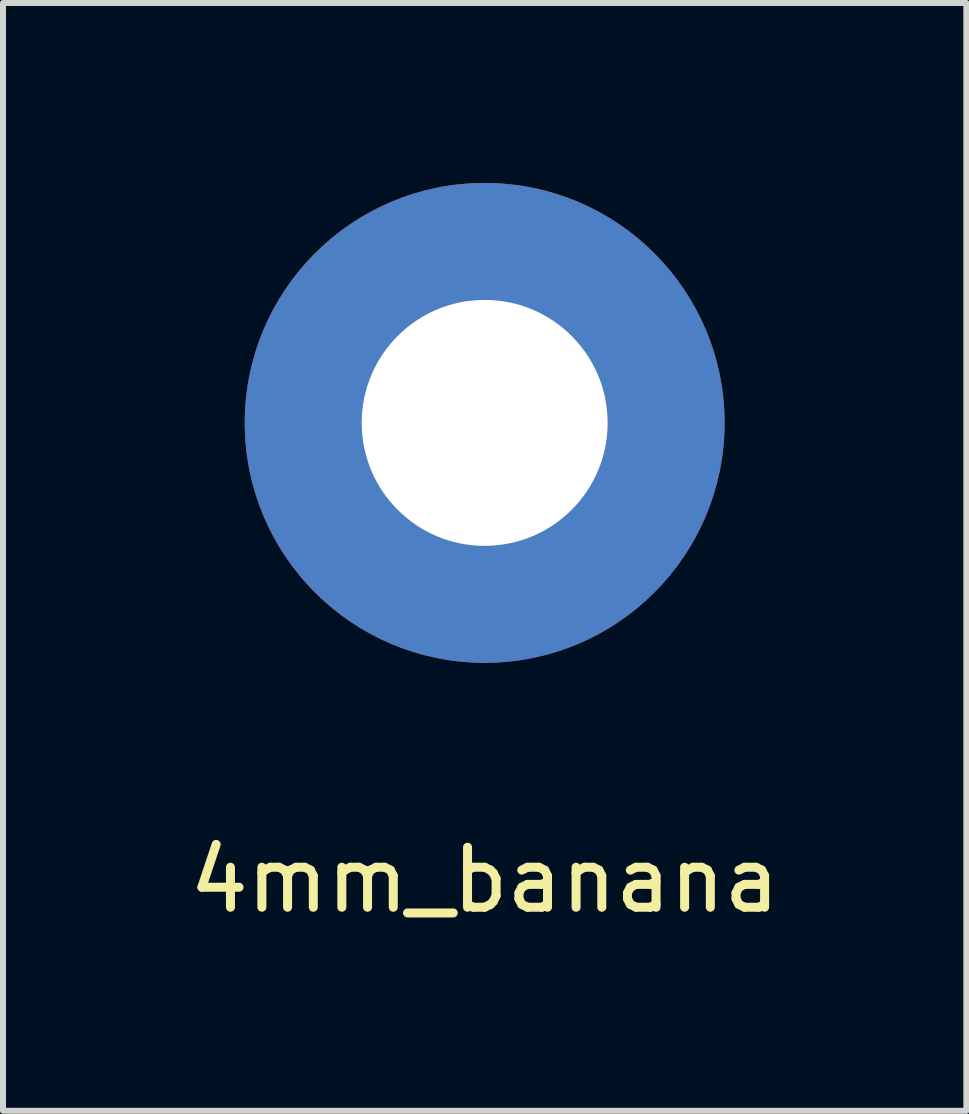
<source format=kicad_pcb>
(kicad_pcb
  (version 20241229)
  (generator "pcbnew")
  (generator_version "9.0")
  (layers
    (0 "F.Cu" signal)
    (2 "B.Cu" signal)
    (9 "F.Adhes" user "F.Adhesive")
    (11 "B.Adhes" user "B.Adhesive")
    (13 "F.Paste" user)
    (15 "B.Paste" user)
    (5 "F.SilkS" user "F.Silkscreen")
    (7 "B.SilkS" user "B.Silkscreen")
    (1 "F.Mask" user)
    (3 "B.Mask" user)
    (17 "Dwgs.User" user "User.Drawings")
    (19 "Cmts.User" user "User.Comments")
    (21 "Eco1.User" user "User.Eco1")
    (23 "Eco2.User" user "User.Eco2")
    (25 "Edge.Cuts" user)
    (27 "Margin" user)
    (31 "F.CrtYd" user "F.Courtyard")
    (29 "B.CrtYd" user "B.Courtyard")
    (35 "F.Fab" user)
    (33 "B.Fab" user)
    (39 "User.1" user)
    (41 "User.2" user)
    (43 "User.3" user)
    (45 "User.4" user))
  (footprint "4mm_banana"
    (layer "F.Cu")
    (at 5.03 4)
    (property "Reference" "4mm_banana" (at 0 7.62 0) (layer "F.SilkS") (effects (font (size 1 1) (thickness 0.15))))
    (attr through_hole)
    (pad "1" thru_hole circle (at 0 0) (size 8 8) (drill 4.1) (layers "*.Cu" "*.Mask")))
  (gr_rect
    (start -3 -3)
    (end 13.06 15.468)
    (stroke (width 0.1) (type default))
    (fill no)
    (layer "Edge.Cuts")))
</source>
